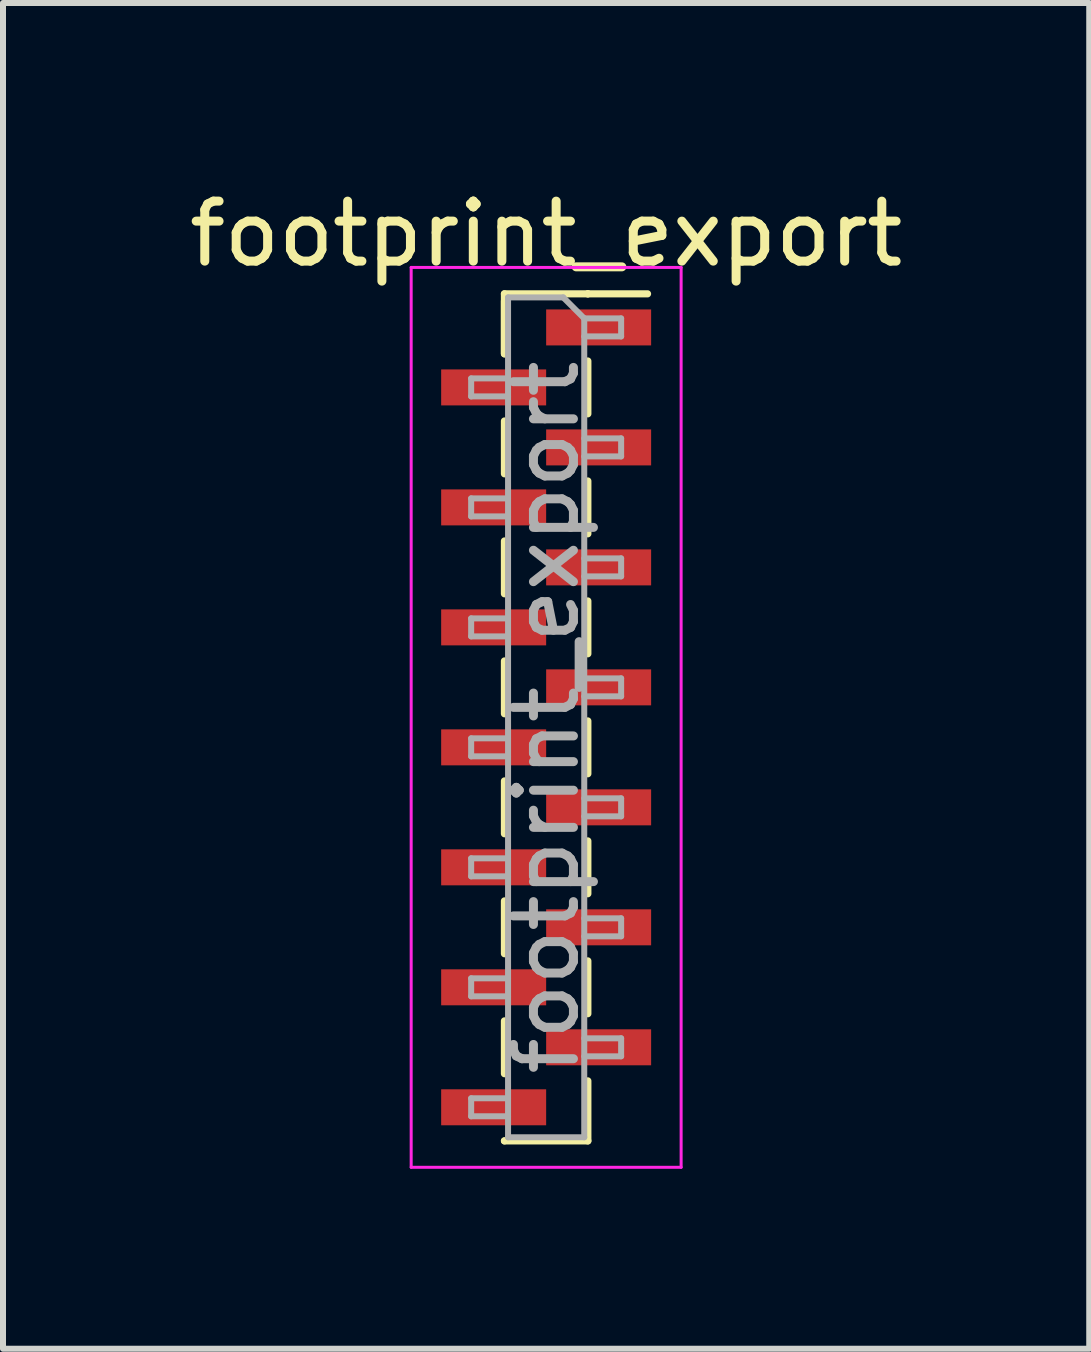
<source format=kicad_pcb>
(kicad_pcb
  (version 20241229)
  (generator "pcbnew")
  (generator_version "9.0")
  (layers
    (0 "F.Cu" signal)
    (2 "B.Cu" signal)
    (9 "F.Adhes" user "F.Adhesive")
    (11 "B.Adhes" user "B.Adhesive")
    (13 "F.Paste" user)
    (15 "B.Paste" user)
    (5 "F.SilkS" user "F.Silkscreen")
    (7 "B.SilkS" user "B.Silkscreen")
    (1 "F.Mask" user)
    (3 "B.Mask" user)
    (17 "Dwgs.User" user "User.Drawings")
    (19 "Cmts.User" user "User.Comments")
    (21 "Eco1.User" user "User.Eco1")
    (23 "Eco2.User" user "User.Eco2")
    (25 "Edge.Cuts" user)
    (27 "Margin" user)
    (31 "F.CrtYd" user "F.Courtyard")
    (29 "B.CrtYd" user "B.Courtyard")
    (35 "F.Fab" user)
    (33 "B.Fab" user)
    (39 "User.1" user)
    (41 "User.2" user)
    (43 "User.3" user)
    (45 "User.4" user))
  (footprint "footprint_export"
    (layer "F.Cu")
    (at 6.054 8.908)
    (property "Reference" "footprint_export" (at 0 -8.06 0) (layer "F.SilkS") (effects (font (size 1 1) (thickness 0.15))))
    (attr smd)
    (fp_line (start -0.695 -7.06) (end -0.695 -6.06) (stroke (width 0.12) (type solid)) (layer "F.SilkS"))
    (fp_line (start -0.695 -7.06) (end 0.695 -7.06) (stroke (width 0.12) (type solid)) (layer "F.SilkS"))
    (fp_line (start -0.695 -6.94) (end -0.695 -6.06) (stroke (width 0.12) (type solid)) (layer "F.SilkS"))
    (fp_line (start -0.695 -4.94) (end -0.695 -4.06) (stroke (width 0.12) (type solid)) (layer "F.SilkS"))
    (fp_line (start -0.695 -2.94) (end -0.695 -2.06) (stroke (width 0.12) (type solid)) (layer "F.SilkS"))
    (fp_line (start -0.695 -0.94) (end -0.695 -0.06) (stroke (width 0.12) (type solid)) (layer "F.SilkS"))
    (fp_line (start -0.695 1.06) (end -0.695 1.94) (stroke (width 0.12) (type solid)) (layer "F.SilkS"))
    (fp_line (start -0.695 3.06) (end -0.695 3.94) (stroke (width 0.12) (type solid)) (layer "F.SilkS"))
    (fp_line (start -0.695 5.06) (end -0.695 5.94) (stroke (width 0.12) (type solid)) (layer "F.SilkS"))
    (fp_line (start -0.695 7.06) (end -0.695 7.06) (stroke (width 0.12) (type solid)) (layer "F.SilkS"))
    (fp_line (start -0.695 7.06) (end 0.695 7.06) (stroke (width 0.12) (type solid)) (layer "F.SilkS"))
    (fp_line (start 0.695 -7.06) (end 0.695 -7.06) (stroke (width 0.12) (type solid)) (layer "F.SilkS"))
    (fp_line (start 0.695 -7.06) (end 1.69 -7.06) (stroke (width 0.12) (type solid)) (layer "F.SilkS"))
    (fp_line (start 0.695 -5.94) (end 0.695 -5.06) (stroke (width 0.12) (type solid)) (layer "F.SilkS"))
    (fp_line (start 0.695 -3.94) (end 0.695 -3.06) (stroke (width 0.12) (type solid)) (layer "F.SilkS"))
    (fp_line (start 0.695 -1.94) (end 0.695 -1.06) (stroke (width 0.12) (type solid)) (layer "F.SilkS"))
    (fp_line (start 0.695 0.06) (end 0.695 0.94) (stroke (width 0.12) (type solid)) (layer "F.SilkS"))
    (fp_line (start 0.695 2.06) (end 0.695 2.94) (stroke (width 0.12) (type solid)) (layer "F.SilkS"))
    (fp_line (start 0.695 4.06) (end 0.695 4.94) (stroke (width 0.12) (type solid)) (layer "F.SilkS"))
    (fp_line (start 0.695 6.06) (end 0.695 7.06) (stroke (width 0.12) (type solid)) (layer "F.SilkS"))
    (fp_line (start -2.25 -7.5) (end -2.25 7.5) (stroke (width 0.05) (type solid)) (layer "F.CrtYd"))
    (fp_line (start -2.25 7.5) (end 2.25 7.5) (stroke (width 0.05) (type solid)) (layer "F.CrtYd"))
    (fp_line (start 2.25 -7.5) (end -2.25 -7.5) (stroke (width 0.05) (type solid)) (layer "F.CrtYd"))
    (fp_line (start 2.25 7.5) (end 2.25 -7.5) (stroke (width 0.05) (type solid)) (layer "F.CrtYd"))
    (fp_line (start -1.25 -5.65) (end -1.25 -5.35) (stroke (width 0.1) (type solid)) (layer "F.Fab"))
    (fp_line (start -1.25 -5.35) (end -0.635 -5.35) (stroke (width 0.1) (type solid)) (layer "F.Fab"))
    (fp_line (start -1.25 -3.65) (end -1.25 -3.35) (stroke (width 0.1) (type solid)) (layer "F.Fab"))
    (fp_line (start -1.25 -3.35) (end -0.635 -3.35) (stroke (width 0.1) (type solid)) (layer "F.Fab"))
    (fp_line (start -1.25 -1.65) (end -1.25 -1.35) (stroke (width 0.1) (type solid)) (layer "F.Fab"))
    (fp_line (start -1.25 -1.35) (end -0.635 -1.35) (stroke (width 0.1) (type solid)) (layer "F.Fab"))
    (fp_line (start -1.25 0.35) (end -1.25 0.65) (stroke (width 0.1) (type solid)) (layer "F.Fab"))
    (fp_line (start -1.25 0.65) (end -0.635 0.65) (stroke (width 0.1) (type solid)) (layer "F.Fab"))
    (fp_line (start -1.25 2.35) (end -1.25 2.65) (stroke (width 0.1) (type solid)) (layer "F.Fab"))
    (fp_line (start -1.25 2.65) (end -0.635 2.65) (stroke (width 0.1) (type solid)) (layer "F.Fab"))
    (fp_line (start -1.25 4.35) (end -1.25 4.65) (stroke (width 0.1) (type solid)) (layer "F.Fab"))
    (fp_line (start -1.25 4.65) (end -0.635 4.65) (stroke (width 0.1) (type solid)) (layer "F.Fab"))
    (fp_line (start -1.25 6.35) (end -1.25 6.65) (stroke (width 0.1) (type solid)) (layer "F.Fab"))
    (fp_line (start -1.25 6.65) (end -0.635 6.65) (stroke (width 0.1) (type solid)) (layer "F.Fab"))
    (fp_line (start -0.635 -7) (end -0.635 7) (stroke (width 0.1) (type solid)) (layer "F.Fab"))
    (fp_line (start -0.635 -7) (end 0.285 -7) (stroke (width 0.1) (type solid)) (layer "F.Fab"))
    (fp_line (start -0.635 -5.65) (end -1.25 -5.65) (stroke (width 0.1) (type solid)) (layer "F.Fab"))
    (fp_line (start -0.635 -3.65) (end -1.25 -3.65) (stroke (width 0.1) (type solid)) (layer "F.Fab"))
    (fp_line (start -0.635 -1.65) (end -1.25 -1.65) (stroke (width 0.1) (type solid)) (layer "F.Fab"))
    (fp_line (start -0.635 0.35) (end -1.25 0.35) (stroke (width 0.1) (type solid)) (layer "F.Fab"))
    (fp_line (start -0.635 2.35) (end -1.25 2.35) (stroke (width 0.1) (type solid)) (layer "F.Fab"))
    (fp_line (start -0.635 4.35) (end -1.25 4.35) (stroke (width 0.1) (type solid)) (layer "F.Fab"))
    (fp_line (start -0.635 6.35) (end -1.25 6.35) (stroke (width 0.1) (type solid)) (layer "F.Fab"))
    (fp_line (start 0.635 -6.65) (end 0.285 -7) (stroke (width 0.1) (type solid)) (layer "F.Fab"))
    (fp_line (start 0.635 -6.65) (end 1.25 -6.65) (stroke (width 0.1) (type solid)) (layer "F.Fab"))
    (fp_line (start 0.635 -4.65) (end 1.25 -4.65) (stroke (width 0.1) (type solid)) (layer "F.Fab"))
    (fp_line (start 0.635 -2.65) (end 1.25 -2.65) (stroke (width 0.1) (type solid)) (layer "F.Fab"))
    (fp_line (start 0.635 -0.65) (end 1.25 -0.65) (stroke (width 0.1) (type solid)) (layer "F.Fab"))
    (fp_line (start 0.635 1.35) (end 1.25 1.35) (stroke (width 0.1) (type solid)) (layer "F.Fab"))
    (fp_line (start 0.635 3.35) (end 1.25 3.35) (stroke (width 0.1) (type solid)) (layer "F.Fab"))
    (fp_line (start 0.635 5.35) (end 1.25 5.35) (stroke (width 0.1) (type solid)) (layer "F.Fab"))
    (fp_line (start 0.635 7) (end -0.635 7) (stroke (width 0.1) (type solid)) (layer "F.Fab"))
    (fp_line (start 0.635 7) (end 0.635 -6.65) (stroke (width 0.1) (type solid)) (layer "F.Fab"))
    (fp_line (start 1.25 -6.65) (end 1.25 -6.35) (stroke (width 0.1) (type solid)) (layer "F.Fab"))
    (fp_line (start 1.25 -6.35) (end 0.635 -6.35) (stroke (width 0.1) (type solid)) (layer "F.Fab"))
    (fp_line (start 1.25 -4.65) (end 1.25 -4.35) (stroke (width 0.1) (type solid)) (layer "F.Fab"))
    (fp_line (start 1.25 -4.35) (end 0.635 -4.35) (stroke (width 0.1) (type solid)) (layer "F.Fab"))
    (fp_line (start 1.25 -2.65) (end 1.25 -2.35) (stroke (width 0.1) (type solid)) (layer "F.Fab"))
    (fp_line (start 1.25 -2.35) (end 0.635 -2.35) (stroke (width 0.1) (type solid)) (layer "F.Fab"))
    (fp_line (start 1.25 -0.65) (end 1.25 -0.35) (stroke (width 0.1) (type solid)) (layer "F.Fab"))
    (fp_line (start 1.25 -0.35) (end 0.635 -0.35) (stroke (width 0.1) (type solid)) (layer "F.Fab"))
    (fp_line (start 1.25 1.35) (end 1.25 1.65) (stroke (width 0.1) (type solid)) (layer "F.Fab"))
    (fp_line (start 1.25 1.65) (end 0.635 1.65) (stroke (width 0.1) (type solid)) (layer "F.Fab"))
    (fp_line (start 1.25 3.35) (end 1.25 3.65) (stroke (width 0.1) (type solid)) (layer "F.Fab"))
    (fp_line (start 1.25 3.65) (end 0.635 3.65) (stroke (width 0.1) (type solid)) (layer "F.Fab"))
    (fp_line (start 1.25 5.35) (end 1.25 5.65) (stroke (width 0.1) (type solid)) (layer "F.Fab"))
    (fp_line (start 1.25 5.65) (end 0.635 5.65) (stroke (width 0.1) (type solid)) (layer "F.Fab"))
    (fp_text user "${REFERENCE}" (at 0 0 90) (layer "F.Fab") (effects (font (size 1 1) (thickness 0.15))))
    (pad "1" smd rect (at 0.875 -6.5) (size 1.75 0.6) (layers "F.Cu" "F.Mask" "F.Paste"))
    (pad "2" smd rect (at -0.875 -5.5) (size 1.75 0.6) (layers "F.Cu" "F.Mask" "F.Paste"))
    (pad "3" smd rect (at 0.875 -4.5) (size 1.75 0.6) (layers "F.Cu" "F.Mask" "F.Paste"))
    (pad "4" smd rect (at -0.875 -3.5) (size 1.75 0.6) (layers "F.Cu" "F.Mask" "F.Paste"))
    (pad "5" smd rect (at 0.875 -2.5) (size 1.75 0.6) (layers "F.Cu" "F.Mask" "F.Paste"))
    (pad "6" smd rect (at -0.875 -1.5) (size 1.75 0.6) (layers "F.Cu" "F.Mask" "F.Paste"))
    (pad "7" smd rect (at 0.875 -0.5) (size 1.75 0.6) (layers "F.Cu" "F.Mask" "F.Paste"))
    (pad "8" smd rect (at -0.875 0.5) (size 1.75 0.6) (layers "F.Cu" "F.Mask" "F.Paste"))
    (pad "9" smd rect (at 0.875 1.5) (size 1.75 0.6) (layers "F.Cu" "F.Mask" "F.Paste"))
    (pad "10" smd rect (at -0.875 2.5) (size 1.75 0.6) (layers "F.Cu" "F.Mask" "F.Paste"))
    (pad "11" smd rect (at 0.875 3.5) (size 1.75 0.6) (layers "F.Cu" "F.Mask" "F.Paste"))
    (pad "12" smd rect (at -0.875 4.5) (size 1.75 0.6) (layers "F.Cu" "F.Mask" "F.Paste"))
    (pad "13" smd rect (at 0.875 5.5) (size 1.75 0.6) (layers "F.Cu" "F.Mask" "F.Paste"))
    (pad "14" smd rect (at -0.875 6.5) (size 1.75 0.6) (layers "F.Cu" "F.Mask" "F.Paste")))
  (gr_rect
    (start -3 -3)
    (end 15.107 19.433)
    (stroke (width 0.1) (type default))
    (fill no)
    (layer "Edge.Cuts")))
</source>
